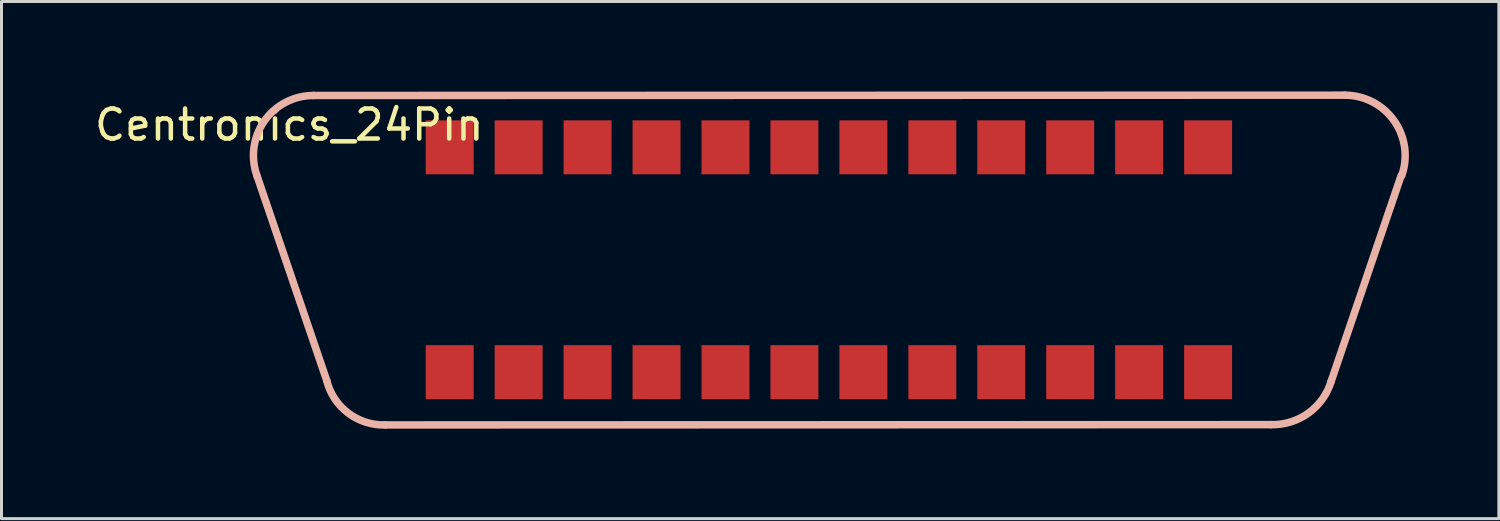
<source format=kicad_pcb>
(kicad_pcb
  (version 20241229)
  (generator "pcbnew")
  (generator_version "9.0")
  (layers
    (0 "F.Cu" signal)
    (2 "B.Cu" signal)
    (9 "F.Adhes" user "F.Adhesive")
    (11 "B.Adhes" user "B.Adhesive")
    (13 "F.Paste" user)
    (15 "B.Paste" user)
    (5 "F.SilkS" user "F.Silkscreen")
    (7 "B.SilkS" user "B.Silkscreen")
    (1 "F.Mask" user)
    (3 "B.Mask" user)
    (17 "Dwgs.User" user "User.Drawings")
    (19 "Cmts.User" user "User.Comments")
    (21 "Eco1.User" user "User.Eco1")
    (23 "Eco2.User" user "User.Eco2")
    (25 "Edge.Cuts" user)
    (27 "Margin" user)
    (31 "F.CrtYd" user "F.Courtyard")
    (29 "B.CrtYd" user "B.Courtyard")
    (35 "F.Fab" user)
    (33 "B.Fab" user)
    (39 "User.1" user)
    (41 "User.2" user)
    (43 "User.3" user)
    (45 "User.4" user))
  (footprint "Centronics_24Pin"
    (layer "F.Cu")
    (at 24.601 5.615)
    (property "Reference" "Centronics_24Pin" (at -18 -4.5 0) (layer "F.SilkS") (effects (font (size 1 1) (thickness 0.15))))
    (attr through_hole)
    (fp_line (start -19.078 -2.8) (end -16.752 4.027) (stroke (width 0.25) (type solid)) (layer "B.SilkS"))
    (fp_line (start -14.79 5.51) (end 14.74 5.5) (stroke (width 0.25) (type solid)) (layer "B.SilkS"))
    (fp_line (start 17.22 -5.49) (end -17.188 -5.48) (stroke (width 0.25) (type solid)) (layer "B.SilkS"))
    (fp_line (start 19.09 -2.81) (end 16.75 4.07) (stroke (width 0.25) (type solid)) (layer "B.SilkS"))
    (fp_arc (start -19.077999 -2.8) (mid -18.830559 -4.631936) (end -17.187999 -5.48) (stroke (width 0.25) (type solid)) (layer "B.SilkS"))
    (fp_arc (start -14.79 5.51) (mid -16.033606 5.115914) (end -16.752064 4.027026) (stroke (width 0.25) (type solid)) (layer "B.SilkS"))
    (fp_arc (start 16.76 4.04) (mid 15.998376 5.113643) (end 14.74 5.5) (stroke (width 0.25) (type solid)) (layer "B.SilkS"))
    (fp_arc (start 17.22 -5.49) (mid 18.855145 -4.636707) (end 19.11 -2.81) (stroke (width 0.25) (type solid)) (layer "B.SilkS"))
    (pad "1" smd rect (at 12.65 -3.75) (size 1.6 1.8) (layers "F.Cu" "F.Mask" "F.Paste"))
    (pad "2" smd rect (at 10.35 -3.75) (size 1.6 1.8) (layers "F.Cu" "F.Mask" "F.Paste"))
    (pad "3" smd rect (at 8.05 -3.75) (size 1.6 1.8) (layers "F.Cu" "F.Mask" "F.Paste"))
    (pad "4" smd rect (at 5.75 -3.75) (size 1.6 1.8) (layers "F.Cu" "F.Mask" "F.Paste"))
    (pad "5" smd rect (at 3.45 -3.75) (size 1.6 1.8) (layers "F.Cu" "F.Mask" "F.Paste"))
    (pad "6" smd rect (at 1.15 -3.75) (size 1.6 1.8) (layers "F.Cu" "F.Mask" "F.Paste"))
    (pad "7" smd rect (at -1.15 -3.75) (size 1.6 1.8) (layers "F.Cu" "F.Mask" "F.Paste"))
    (pad "8" smd rect (at -3.45 -3.75) (size 1.6 1.8) (layers "F.Cu" "F.Mask" "F.Paste"))
    (pad "9" smd rect (at -5.75 -3.75) (size 1.6 1.8) (layers "F.Cu" "F.Mask" "F.Paste"))
    (pad "10" smd rect (at -8.05 -3.75) (size 1.6 1.8) (layers "F.Cu" "F.Mask" "F.Paste"))
    (pad "11" smd rect (at -10.35 -3.75) (size 1.6 1.8) (layers "F.Cu" "F.Mask" "F.Paste"))
    (pad "12" smd rect (at -12.65 -3.75) (size 1.6 1.8) (layers "F.Cu" "F.Mask" "F.Paste"))
    (pad "13" smd rect (at 12.65 3.75) (size 1.6 1.8) (layers "F.Cu" "F.Mask" "F.Paste"))
    (pad "14" smd rect (at 10.35 3.75) (size 1.6 1.8) (layers "F.Cu" "F.Mask" "F.Paste"))
    (pad "15" smd rect (at 8.05 3.75) (size 1.6 1.8) (layers "F.Cu" "F.Mask" "F.Paste"))
    (pad "16" smd rect (at 5.75 3.75) (size 1.6 1.8) (layers "F.Cu" "F.Mask" "F.Paste"))
    (pad "17" smd rect (at 3.45 3.75) (size 1.6 1.8) (layers "F.Cu" "F.Mask" "F.Paste"))
    (pad "18" smd rect (at 1.15 3.75) (size 1.6 1.8) (layers "F.Cu" "F.Mask" "F.Paste"))
    (pad "19" smd rect (at -1.15 3.75) (size 1.6 1.8) (layers "F.Cu" "F.Mask" "F.Paste"))
    (pad "20" smd rect (at -3.45 3.75) (size 1.6 1.8) (layers "F.Cu" "F.Mask" "F.Paste"))
    (pad "21" smd rect (at -5.75 3.75) (size 1.6 1.8) (layers "F.Cu" "F.Mask" "F.Paste"))
    (pad "22" smd rect (at -8.05 3.75) (size 1.6 1.8) (layers "F.Cu" "F.Mask" "F.Paste"))
    (pad "23" smd rect (at -10.35 3.75) (size 1.6 1.8) (layers "F.Cu" "F.Mask" "F.Paste"))
    (pad "24" smd rect (at -12.65 3.75) (size 1.6 1.8) (layers "F.Cu" "F.Mask" "F.Paste")))
  (gr_rect
    (start -3 -3)
    (end 46.95 14.251)
    (stroke (width 0.1) (type default))
    (fill no)
    (layer "Edge.Cuts")))
</source>
